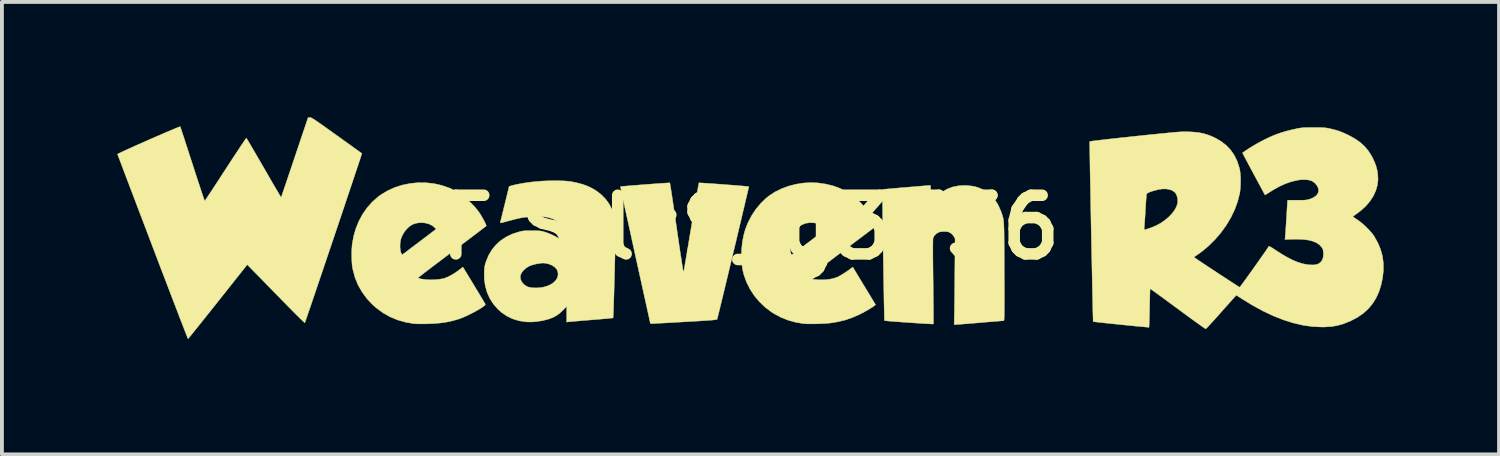
<source format=kicad_pcb>
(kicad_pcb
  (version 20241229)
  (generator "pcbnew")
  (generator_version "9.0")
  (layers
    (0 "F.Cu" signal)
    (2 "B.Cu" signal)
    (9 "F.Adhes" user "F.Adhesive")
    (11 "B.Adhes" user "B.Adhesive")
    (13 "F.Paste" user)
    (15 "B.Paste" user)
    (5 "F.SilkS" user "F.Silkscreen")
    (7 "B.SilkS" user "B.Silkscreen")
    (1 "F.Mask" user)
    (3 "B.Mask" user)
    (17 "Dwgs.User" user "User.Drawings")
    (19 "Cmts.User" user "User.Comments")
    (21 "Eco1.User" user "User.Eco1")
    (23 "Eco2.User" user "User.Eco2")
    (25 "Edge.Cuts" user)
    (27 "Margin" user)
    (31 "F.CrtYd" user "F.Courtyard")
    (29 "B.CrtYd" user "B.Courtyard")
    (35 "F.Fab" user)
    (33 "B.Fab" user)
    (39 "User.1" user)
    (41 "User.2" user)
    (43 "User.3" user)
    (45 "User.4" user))
  (footprint "F.SilkS_g3736"
    (layer "F.Cu")
    (at 16.454 2.86)
    (property "Reference" "F.SilkS_g3736" (at 0 0 0) (layer "F.SilkS") (effects (font (size 1.524 1.524) (thickness 0.3))))
    (attr through_hole)
    (fp_poly (pts (xy 1.743 -1.157) (xy 1.955 -1.127) (xy 2.15 -1.08) (xy 2.331 -1.014) (xy 2.5 -0.929) (xy 2.659 -0.822) (xy 2.812 -0.692) (xy 2.864 -0.642) (xy 2.994 -0.5) (xy 3.103 -0.354) (xy 3.197 -0.197) (xy 3.218 -0.156) (xy 3.276 -0.039) (xy 2.387 0.63) (xy 2.255 0.729) (xy 2.129 0.825) (xy 2.009 0.915) (xy 1.899 0.998) (xy 1.799 1.074) (xy 1.711 1.142) (xy 1.637 1.199) (xy 1.576 1.246) (xy 1.532 1.28) (xy 1.506 1.302) (xy 1.499 1.308) (xy 1.511 1.321) (xy 1.544 1.333) (xy 1.594 1.343) (xy 1.656 1.352) (xy 1.727 1.359) (xy 1.802 1.362) (xy 1.876 1.363) (xy 1.946 1.361) (xy 1.967 1.359) (xy 2.07 1.346) (xy 2.157 1.327) (xy 2.237 1.301) (xy 2.273 1.287) (xy 2.313 1.266) (xy 2.368 1.234) (xy 2.431 1.195) (xy 2.496 1.152) (xy 2.558 1.11) (xy 2.609 1.072) (xy 2.623 1.061) (xy 2.661 1.031) (xy 3.255 2.011) (xy 3.226 2.034) (xy 3.183 2.066) (xy 3.122 2.105) (xy 3.049 2.148) (xy 2.97 2.193) (xy 2.89 2.236) (xy 2.814 2.274) (xy 2.813 2.274) (xy 2.636 2.35) (xy 2.459 2.41) (xy 2.275 2.454) (xy 2.097 2.484) (xy 2.029 2.491) (xy 1.943 2.498) (xy 1.848 2.503) (xy 1.747 2.506) (xy 1.646 2.509) (xy 1.552 2.509) (xy 1.47 2.508) (xy 1.406 2.504) (xy 1.389 2.503) (xy 1.175 2.467) (xy 0.975 2.411) (xy 0.785 2.334) (xy 0.603 2.235) (xy 0.547 2.199) (xy 0.382 2.074) (xy 0.234 1.932) (xy 0.103 1.776) (xy -0.008 1.606) (xy -0.099 1.426) (xy -0.167 1.237) (xy -0.197 1.118) (xy -0.223 0.948) (xy -0.233 0.764) (xy -0.228 0.574) (xy -0.219 0.492) (xy 1.029 0.492) (xy 1.031 0.555) (xy 1.039 0.613) (xy 1.049 0.662) (xy 1.062 0.696) (xy 1.076 0.711) (xy 1.078 0.711) (xy 1.089 0.704) (xy 1.119 0.682) (xy 1.164 0.649) (xy 1.224 0.605) (xy 1.294 0.552) (xy 1.375 0.491) (xy 1.462 0.425) (xy 1.505 0.393) (xy 1.596 0.324) (xy 1.681 0.259) (xy 1.758 0.2) (xy 1.824 0.149) (xy 1.878 0.107) (xy 1.917 0.077) (xy 1.939 0.059) (xy 1.943 0.055) (xy 1.952 0.042) (xy 1.948 0.028) (xy 1.929 0.007) (xy 1.911 -0.009) (xy 1.85 -0.055) (xy 1.781 -0.087) (xy 1.698 -0.11) (xy 1.659 -0.117) (xy 1.542 -0.123) (xy 1.433 -0.106) (xy 1.333 -0.065) (xy 1.241 0.0004) (xy 1.199 0.042) (xy 1.127 0.132) (xy 1.076 0.225) (xy 1.044 0.327) (xy 1.03 0.443) (xy 1.029 0.492) (xy -0.219 0.492) (xy -0.208 0.384) (xy -0.173 0.201) (xy -0.133 0.056) (xy -0.061 -0.126) (xy 0.031 -0.303) (xy 0.141 -0.469) (xy 0.267 -0.621) (xy 0.405 -0.755) (xy 0.489 -0.823) (xy 0.64 -0.921) (xy 0.808 -1.004) (xy 0.989 -1.071) (xy 1.179 -1.121) (xy 1.373 -1.152) (xy 1.567 -1.164) (xy 1.743 -1.157)) (stroke (width 0.01) (type solid)) (fill yes) (layer "F.SilkS"))
    (fp_poly (pts (xy -1.286 -1.156) (xy -1.231 -1.152) (xy -1.159 -1.148) (xy -1.073 -1.142) (xy -0.977 -1.135) (xy -0.872 -1.128) (xy -0.763 -1.12) (xy -0.652 -1.111) (xy -0.542 -1.103) (xy -0.436 -1.095) (xy -0.336 -1.087) (xy -0.246 -1.079) (xy -0.169 -1.073) (xy -0.107 -1.067) (xy -0.064 -1.063) (xy -0.042 -1.06) (xy -0.04 -1.06) (xy -0.042 -1.047) (xy -0.05 -1.011) (xy -0.063 -0.955) (xy -0.081 -0.878) (xy -0.103 -0.784) (xy -0.129 -0.673) (xy -0.158 -0.549) (xy -0.191 -0.411) (xy -0.226 -0.262) (xy -0.263 -0.105) (xy -0.303 0.061) (xy -0.343 0.232) (xy -0.385 0.408) (xy -0.428 0.586) (xy -0.471 0.764) (xy -0.513 0.942) (xy -0.555 1.117) (xy -0.596 1.288) (xy -0.636 1.453) (xy -0.673 1.609) (xy -0.709 1.757) (xy -0.742 1.893) (xy -0.772 2.016) (xy -0.798 2.125) (xy -0.821 2.217) (xy -0.839 2.291) (xy -0.853 2.345) (xy -0.861 2.378) (xy -0.864 2.388) (xy -0.869 2.392) (xy -0.882 2.396) (xy -0.904 2.4) (xy -0.937 2.404) (xy -0.983 2.409) (xy -1.042 2.414) (xy -1.118 2.419) (xy -1.212 2.425) (xy -1.325 2.433) (xy -1.458 2.441) (xy -1.615 2.45) (xy -1.704 2.455) (xy -1.847 2.463) (xy -1.984 2.471) (xy -2.112 2.478) (xy -2.228 2.485) (xy -2.331 2.49) (xy -2.418 2.495) (xy -2.487 2.499) (xy -2.536 2.501) (xy -2.562 2.502) (xy -2.566 2.502) (xy -2.598 2.502) (xy -2.99 0.724) (xy -3.036 0.516) (xy -3.08 0.315) (xy -3.122 0.122) (xy -3.162 -0.062) (xy -3.2 -0.234) (xy -3.235 -0.394) (xy -3.267 -0.54) (xy -3.295 -0.671) (xy -3.32 -0.785) (xy -3.34 -0.881) (xy -3.357 -0.958) (xy -3.368 -1.014) (xy -3.375 -1.049) (xy -3.377 -1.059) (xy -3.363 -1.061) (xy -3.327 -1.065) (xy -3.271 -1.071) (xy -3.199 -1.077) (xy -3.113 -1.084) (xy -3.017 -1.092) (xy -2.913 -1.1) (xy -2.804 -1.109) (xy -2.693 -1.117) (xy -2.584 -1.125) (xy -2.478 -1.133) (xy -2.38 -1.14) (xy -2.291 -1.146) (xy -2.215 -1.151) (xy -2.155 -1.155) (xy -2.114 -1.157) (xy -2.094 -1.157) (xy -2.093 -1.157) (xy -2.09 -1.143) (xy -2.084 -1.107) (xy -2.074 -1.048) (xy -2.062 -0.97) (xy -2.047 -0.874) (xy -2.03 -0.761) (xy -2.011 -0.634) (xy -1.99 -0.493) (xy -1.968 -0.342) (xy -1.945 -0.182) (xy -1.92 -0.014) (xy -1.915 0.022) (xy -1.891 0.191) (xy -1.867 0.352) (xy -1.845 0.504) (xy -1.824 0.644) (xy -1.804 0.771) (xy -1.787 0.884) (xy -1.772 0.981) (xy -1.759 1.06) (xy -1.749 1.119) (xy -1.742 1.157) (xy -1.738 1.172) (xy -1.737 1.172) (xy -1.734 1.156) (xy -1.727 1.117) (xy -1.716 1.057) (xy -1.702 0.977) (xy -1.685 0.879) (xy -1.666 0.765) (xy -1.644 0.637) (xy -1.62 0.497) (xy -1.595 0.345) (xy -1.568 0.185) (xy -1.54 0.018) (xy -1.537 0) (xy -1.509 -0.168) (xy -1.482 -0.328) (xy -1.456 -0.479) (xy -1.432 -0.62) (xy -1.41 -0.748) (xy -1.39 -0.862) (xy -1.373 -0.96) (xy -1.359 -1.04) (xy -1.347 -1.101) (xy -1.34 -1.14) (xy -1.336 -1.157) (xy -1.336 -1.157) (xy -1.322 -1.157) (xy -1.286 -1.156)) (stroke (width 0.01) (type solid)) (fill yes) (layer "F.SilkS"))
    (fp_poly (pts (xy -8.427 -1.16) (xy -8.221 -1.137) (xy -8.019 -1.091) (xy -7.824 -1.023) (xy -7.761 -0.996) (xy -7.64 -0.931) (xy -7.514 -0.848) (xy -7.389 -0.75) (xy -7.27 -0.643) (xy -7.162 -0.531) (xy -7.071 -0.419) (xy -7.05 -0.389) (xy -7.018 -0.34) (xy -6.984 -0.284) (xy -6.95 -0.224) (xy -6.919 -0.167) (xy -6.893 -0.115) (xy -6.874 -0.073) (xy -6.865 -0.046) (xy -6.864 -0.038) (xy -6.875 -0.029) (xy -6.905 -0.006) (xy -6.952 0.03) (xy -7.015 0.078) (xy -7.092 0.137) (xy -7.183 0.205) (xy -7.284 0.282) (xy -7.396 0.367) (xy -7.517 0.457) (xy -7.644 0.553) (xy -7.753 0.636) (xy -7.885 0.735) (xy -8.011 0.83) (xy -8.13 0.92) (xy -8.24 1.003) (xy -8.339 1.079) (xy -8.426 1.145) (xy -8.501 1.202) (xy -8.56 1.249) (xy -8.603 1.282) (xy -8.629 1.303) (xy -8.636 1.31) (xy -8.624 1.321) (xy -8.59 1.332) (xy -8.538 1.343) (xy -8.472 1.352) (xy -8.402 1.359) (xy -8.296 1.363) (xy -8.186 1.359) (xy -8.08 1.349) (xy -7.986 1.331) (xy -7.948 1.321) (xy -7.869 1.29) (xy -7.78 1.245) (xy -7.685 1.188) (xy -7.592 1.124) (xy -7.568 1.105) (xy -7.472 1.031) (xy -7.184 1.504) (xy -7.124 1.604) (xy -7.067 1.698) (xy -7.016 1.783) (xy -6.971 1.857) (xy -6.935 1.918) (xy -6.908 1.963) (xy -6.893 1.991) (xy -6.889 1.998) (xy -6.895 2.016) (xy -6.922 2.042) (xy -6.965 2.074) (xy -7.023 2.112) (xy -7.093 2.153) (xy -7.17 2.197) (xy -7.253 2.24) (xy -7.337 2.281) (xy -7.421 2.32) (xy -7.501 2.353) (xy -7.574 2.38) (xy -7.592 2.386) (xy -7.739 2.428) (xy -7.889 2.461) (xy -8.046 2.484) (xy -8.216 2.499) (xy -8.405 2.507) (xy -8.414 2.508) (xy -8.497 2.509) (xy -8.578 2.509) (xy -8.651 2.508) (xy -8.71 2.505) (xy -8.744 2.503) (xy -8.964 2.465) (xy -9.172 2.406) (xy -9.368 2.324) (xy -9.551 2.22) (xy -9.723 2.094) (xy -9.825 2.003) (xy -9.971 1.847) (xy -10.095 1.678) (xy -10.197 1.498) (xy -10.275 1.308) (xy -10.33 1.106) (xy -10.344 1.037) (xy -10.353 0.964) (xy -10.359 0.873) (xy -10.362 0.771) (xy -10.363 0.666) (xy -10.36 0.565) (xy -10.355 0.505) (xy -9.106 0.505) (xy -9.1 0.581) (xy -9.087 0.642) (xy -9.08 0.659) (xy -9.064 0.691) (xy -9.052 0.705) (xy -9.039 0.703) (xy -9.03 0.697) (xy -9.015 0.686) (xy -8.981 0.661) (xy -8.932 0.624) (xy -8.87 0.577) (xy -8.797 0.521) (xy -8.714 0.459) (xy -8.625 0.392) (xy -8.586 0.362) (xy -8.167 0.044) (xy -8.208 0.003) (xy -8.277 -0.052) (xy -8.362 -0.091) (xy -8.458 -0.115) (xy -8.56 -0.123) (xy -8.661 -0.113) (xy -8.758 -0.085) (xy -8.783 -0.075) (xy -8.857 -0.029) (xy -8.928 0.037) (xy -8.992 0.116) (xy -9.044 0.204) (xy -9.081 0.294) (xy -9.093 0.341) (xy -9.104 0.423) (xy -9.106 0.505) (xy -10.355 0.505) (xy -10.353 0.474) (xy -10.35 0.444) (xy -10.313 0.232) (xy -10.254 0.029) (xy -10.175 -0.164) (xy -10.077 -0.345) (xy -9.961 -0.511) (xy -9.828 -0.661) (xy -9.679 -0.793) (xy -9.6 -0.851) (xy -9.426 -0.955) (xy -9.239 -1.039) (xy -9.044 -1.101) (xy -8.841 -1.142) (xy -8.635 -1.162) (xy -8.427 -1.16)) (stroke (width 0.01) (type solid)) (fill yes) (layer "F.SilkS"))
    (fp_poly (pts (xy 4.682 -1.08) (xy 4.684 -1.047) (xy 4.685 -0.996) (xy 4.686 -0.932) (xy 4.686 -0.864) (xy 4.687 -0.791) (xy 4.689 -0.727) (xy 4.691 -0.677) (xy 4.694 -0.645) (xy 4.697 -0.635) (xy 4.71 -0.644) (xy 4.733 -0.669) (xy 4.761 -0.703) (xy 4.761 -0.703) (xy 4.869 -0.824) (xy 4.989 -0.923) (xy 5.12 -0.998) (xy 5.263 -1.052) (xy 5.417 -1.082) (xy 5.582 -1.09) (xy 5.626 -1.088) (xy 5.749 -1.076) (xy 5.857 -1.055) (xy 5.958 -1.021) (xy 6.014 -0.996) (xy 6.145 -0.921) (xy 6.26 -0.827) (xy 6.359 -0.713) (xy 6.443 -0.579) (xy 6.511 -0.425) (xy 6.529 -0.376) (xy 6.539 -0.344) (xy 6.549 -0.315) (xy 6.557 -0.288) (xy 6.565 -0.261) (xy 6.571 -0.232) (xy 6.576 -0.2) (xy 6.581 -0.163) (xy 6.585 -0.12) (xy 6.588 -0.068) (xy 6.591 -0.006) (xy 6.593 0.067) (xy 6.595 0.153) (xy 6.596 0.254) (xy 6.597 0.371) (xy 6.598 0.506) (xy 6.599 0.661) (xy 6.599 0.838) (xy 6.6 1.037) (xy 6.6 1.146) (xy 6.601 1.361) (xy 6.602 1.551) (xy 6.602 1.719) (xy 6.602 1.865) (xy 6.602 1.99) (xy 6.601 2.097) (xy 6.601 2.187) (xy 6.6 2.259) (xy 6.599 2.317) (xy 6.597 2.361) (xy 6.595 2.393) (xy 6.593 2.413) (xy 6.591 2.424) (xy 6.589 2.426) (xy 6.573 2.427) (xy 6.535 2.43) (xy 6.476 2.434) (xy 6.4 2.441) (xy 6.308 2.448) (xy 6.204 2.457) (xy 6.09 2.466) (xy 5.969 2.477) (xy 5.847 2.487) (xy 5.731 2.496) (xy 5.625 2.505) (xy 5.532 2.512) (xy 5.453 2.519) (xy 5.391 2.523) (xy 5.35 2.526) (xy 5.331 2.527) (xy 5.297 2.527) (xy 5.302 2.226) (xy 5.304 2.158) (xy 5.305 2.068) (xy 5.306 1.959) (xy 5.308 1.834) (xy 5.309 1.698) (xy 5.311 1.553) (xy 5.312 1.402) (xy 5.313 1.249) (xy 5.315 1.11) (xy 5.321 0.296) (xy 5.292 0.24) (xy 5.252 0.185) (xy 5.202 0.146) (xy 5.167 0.127) (xy 5.136 0.115) (xy 5.099 0.11) (xy 5.049 0.108) (xy 5.037 0.108) (xy 4.97 0.11) (xy 4.921 0.119) (xy 4.885 0.132) (xy 4.823 0.173) (xy 4.776 0.224) (xy 4.75 0.277) (xy 4.748 0.297) (xy 4.746 0.338) (xy 4.745 0.401) (xy 4.744 0.486) (xy 4.744 0.593) (xy 4.744 0.723) (xy 4.745 0.877) (xy 4.747 1.054) (xy 4.749 1.256) (xy 4.751 1.414) (xy 4.753 1.578) (xy 4.754 1.735) (xy 4.756 1.883) (xy 4.757 2.019) (xy 4.758 2.143) (xy 4.759 2.252) (xy 4.759 2.344) (xy 4.759 2.418) (xy 4.759 2.472) (xy 4.758 2.504) (xy 4.757 2.512) (xy 4.743 2.512) (xy 4.707 2.511) (xy 4.652 2.508) (xy 4.58 2.504) (xy 4.494 2.499) (xy 4.398 2.493) (xy 4.294 2.486) (xy 4.186 2.479) (xy 4.076 2.471) (xy 3.967 2.464) (xy 3.862 2.456) (xy 3.764 2.449) (xy 3.677 2.442) (xy 3.602 2.436) (xy 3.544 2.43) (xy 3.504 2.426) (xy 3.486 2.423) (xy 3.486 2.423) (xy 3.485 2.41) (xy 3.483 2.373) (xy 3.482 2.314) (xy 3.48 2.236) (xy 3.478 2.139) (xy 3.476 2.026) (xy 3.473 1.898) (xy 3.471 1.757) (xy 3.468 1.605) (xy 3.465 1.444) (xy 3.462 1.276) (xy 3.46 1.102) (xy 3.457 0.924) (xy 3.454 0.744) (xy 3.451 0.564) (xy 3.449 0.385) (xy 3.446 0.21) (xy 3.443 0.04) (xy 3.441 -0.123) (xy 3.439 -0.278) (xy 3.437 -0.422) (xy 3.436 -0.554) (xy 3.434 -0.671) (xy 3.433 -0.773) (xy 3.433 -0.857) (xy 3.432 -0.921) (xy 3.432 -0.965) (xy 3.433 -0.985) (xy 3.433 -0.986) (xy 3.446 -0.988) (xy 3.481 -0.991) (xy 3.535 -0.996) (xy 3.606 -1.002) (xy 3.69 -1.01) (xy 3.785 -1.018) (xy 3.888 -1.027) (xy 3.995 -1.036) (xy 4.104 -1.045) (xy 4.211 -1.054) (xy 4.315 -1.063) (xy 4.411 -1.071) (xy 4.497 -1.078) (xy 4.57 -1.084) (xy 4.626 -1.089) (xy 4.664 -1.091) (xy 4.679 -1.092) (xy 4.682 -1.08)) (stroke (width 0.01) (type solid)) (fill yes) (layer "F.SilkS"))
    (fp_poly (pts (xy -4.921 -1.211) (xy -4.814 -1.206) (xy -4.723 -1.199) (xy -4.661 -1.19) (xy -4.509 -1.159) (xy -4.377 -1.124) (xy -4.26 -1.084) (xy -4.155 -1.037) (xy -4.055 -0.982) (xy -4.016 -0.958) (xy -3.879 -0.854) (xy -3.762 -0.735) (xy -3.667 -0.603) (xy -3.592 -0.457) (xy -3.54 -0.298) (xy -3.51 -0.128) (xy -3.507 -0.1) (xy -3.506 -0.073) (xy -3.506 -0.024) (xy -3.506 0.046) (xy -3.507 0.133) (xy -3.509 0.235) (xy -3.511 0.351) (xy -3.513 0.479) (xy -3.516 0.616) (xy -3.519 0.761) (xy -3.523 0.91) (xy -3.527 1.062) (xy -3.531 1.216) (xy -3.535 1.368) (xy -3.539 1.516) (xy -3.543 1.66) (xy -3.547 1.795) (xy -3.551 1.921) (xy -3.554 2.035) (xy -3.558 2.135) (xy -3.561 2.218) (xy -3.564 2.284) (xy -3.567 2.329) (xy -3.569 2.352) (xy -3.569 2.354) (xy -3.583 2.356) (xy -3.619 2.36) (xy -3.675 2.365) (xy -3.749 2.372) (xy -3.838 2.38) (xy -3.94 2.389) (xy -4.051 2.398) (xy -4.14 2.405) (xy -4.259 2.415) (xy -4.37 2.424) (xy -4.472 2.433) (xy -4.562 2.441) (xy -4.636 2.447) (xy -4.693 2.453) (xy -4.729 2.456) (xy -4.74 2.457) (xy -4.775 2.463) (xy -4.775 2.052) (xy -4.861 2.142) (xy -4.942 2.22) (xy -5.021 2.28) (xy -5.105 2.329) (xy -5.14 2.345) (xy -5.253 2.387) (xy -5.383 2.42) (xy -5.521 2.444) (xy -5.659 2.458) (xy -5.788 2.459) (xy -5.842 2.455) (xy -6.018 2.427) (xy -6.18 2.377) (xy -6.33 2.305) (xy -6.468 2.211) (xy -6.567 2.122) (xy -6.68 1.991) (xy -6.773 1.847) (xy -6.843 1.69) (xy -6.89 1.523) (xy -6.916 1.345) (xy -6.916 1.292) (xy -5.981 1.292) (xy -5.969 1.362) (xy -5.935 1.428) (xy -5.883 1.486) (xy -5.817 1.531) (xy -5.762 1.553) (xy -5.692 1.567) (xy -5.606 1.573) (xy -5.514 1.571) (xy -5.423 1.561) (xy -5.387 1.555) (xy -5.28 1.525) (xy -5.187 1.483) (xy -5.11 1.43) (xy -5.052 1.37) (xy -5.014 1.303) (xy -4.998 1.231) (xy -5.003 1.166) (xy -5.016 1.124) (xy -5.035 1.086) (xy -5.039 1.081) (xy -5.094 1.026) (xy -5.167 0.98) (xy -5.252 0.948) (xy -5.343 0.93) (xy -5.391 0.927) (xy -5.455 0.932) (xy -5.532 0.944) (xy -5.611 0.962) (xy -5.685 0.983) (xy -5.744 1.005) (xy -5.752 1.009) (xy -5.83 1.057) (xy -5.896 1.115) (xy -5.944 1.177) (xy -5.974 1.241) (xy -5.981 1.292) (xy -6.916 1.292) (xy -6.918 1.163) (xy -6.914 1.087) (xy -6.907 1.026) (xy -6.896 0.971) (xy -6.879 0.913) (xy -6.871 0.889) (xy -6.805 0.728) (xy -6.719 0.583) (xy -6.614 0.455) (xy -6.491 0.343) (xy -6.349 0.249) (xy -6.19 0.173) (xy -6.022 0.118) (xy -5.973 0.105) (xy -5.929 0.096) (xy -5.885 0.09) (xy -5.835 0.087) (xy -5.771 0.085) (xy -5.689 0.085) (xy -5.683 0.085) (xy -5.597 0.085) (xy -5.531 0.087) (xy -5.478 0.091) (xy -5.434 0.097) (xy -5.392 0.106) (xy -5.368 0.112) (xy -5.295 0.136) (xy -5.211 0.169) (xy -5.125 0.207) (xy -5.045 0.248) (xy -4.98 0.286) (xy -4.971 0.292) (xy -4.938 0.313) (xy -4.915 0.327) (xy -4.908 0.33) (xy -4.903 0.319) (xy -4.901 0.287) (xy -4.901 0.242) (xy -4.903 0.189) (xy -4.907 0.134) (xy -4.912 0.081) (xy -4.918 0.038) (xy -4.922 0.019) (xy -4.949 -0.059) (xy -4.989 -0.122) (xy -5.044 -0.172) (xy -5.116 -0.212) (xy -5.21 -0.245) (xy -5.251 -0.255) (xy -5.306 -0.267) (xy -5.359 -0.275) (xy -5.418 -0.279) (xy -5.49 -0.281) (xy -5.563 -0.282) (xy -5.677 -0.279) (xy -5.783 -0.272) (xy -5.886 -0.26) (xy -5.994 -0.24) (xy -6.113 -0.213) (xy -6.234 -0.182) (xy -6.323 -0.158) (xy -6.389 -0.14) (xy -6.438 -0.127) (xy -6.47 -0.12) (xy -6.49 -0.116) (xy -6.499 -0.117) (xy -6.502 -0.122) (xy -6.5 -0.129) (xy -6.498 -0.135) (xy -6.494 -0.152) (xy -6.484 -0.192) (xy -6.47 -0.25) (xy -6.452 -0.324) (xy -6.43 -0.411) (xy -6.407 -0.508) (xy -6.381 -0.612) (xy -6.381 -0.612) (xy -6.27 -1.066) (xy -6.205 -1.085) (xy -6.111 -1.109) (xy -5.995 -1.132) (xy -5.863 -1.155) (xy -5.72 -1.175) (xy -5.653 -1.183) (xy -5.543 -1.194) (xy -5.422 -1.203) (xy -5.295 -1.209) (xy -5.166 -1.212) (xy -5.039 -1.213) (xy -4.921 -1.211)) (stroke (width 0.01) (type solid)) (fill yes) (layer "F.SilkS"))
    (fp_poly (pts (xy -11.441 -2.855) (xy -11.428 -2.853) (xy -11.412 -2.847) (xy -11.391 -2.836) (xy -11.363 -2.82) (xy -11.327 -2.797) (xy -11.281 -2.766) (xy -11.224 -2.727) (xy -11.153 -2.677) (xy -11.068 -2.617) (xy -10.967 -2.545) (xy -10.847 -2.459) (xy -10.754 -2.393) (xy -10.64 -2.311) (xy -10.532 -2.234) (xy -10.432 -2.162) (xy -10.342 -2.097) (xy -10.263 -2.041) (xy -10.198 -1.994) (xy -10.147 -1.958) (xy -10.114 -1.933) (xy -10.098 -1.923) (xy -10.098 -1.922) (xy -10.101 -1.91) (xy -10.112 -1.875) (xy -10.13 -1.819) (xy -10.155 -1.743) (xy -10.186 -1.649) (xy -10.223 -1.539) (xy -10.265 -1.413) (xy -10.312 -1.273) (xy -10.363 -1.12) (xy -10.418 -0.957) (xy -10.476 -0.784) (xy -10.536 -0.603) (xy -10.599 -0.416) (xy -10.664 -0.223) (xy -10.73 -0.027) (xy -10.797 0.172) (xy -10.864 0.371) (xy -10.931 0.57) (xy -10.998 0.766) (xy -11.063 0.959) (xy -11.126 1.147) (xy -11.188 1.328) (xy -11.247 1.502) (xy -11.302 1.666) (xy -11.354 1.819) (xy -11.402 1.96) (xy -11.445 2.087) (xy -11.484 2.199) (xy -11.516 2.294) (xy -11.543 2.372) (xy -11.563 2.429) (xy -11.576 2.466) (xy -11.581 2.48) (xy -11.581 2.48) (xy -11.592 2.473) (xy -11.618 2.449) (xy -11.659 2.411) (xy -11.712 2.359) (xy -11.776 2.296) (xy -11.85 2.222) (xy -11.931 2.14) (xy -12.018 2.052) (xy -12.053 2.016) (xy -12.154 1.913) (xy -12.26 1.804) (xy -12.367 1.695) (xy -12.472 1.587) (xy -12.572 1.485) (xy -12.664 1.391) (xy -12.743 1.31) (xy -12.796 1.256) (xy -13.078 0.969) (xy -13.842 1.932) (xy -13.951 2.069) (xy -14.055 2.2) (xy -14.154 2.324) (xy -14.246 2.439) (xy -14.33 2.544) (xy -14.406 2.638) (xy -14.472 2.72) (xy -14.526 2.788) (xy -14.569 2.84) (xy -14.599 2.876) (xy -14.614 2.894) (xy -14.616 2.896) (xy -14.622 2.884) (xy -14.636 2.85) (xy -14.658 2.794) (xy -14.688 2.718) (xy -14.725 2.622) (xy -14.769 2.508) (xy -14.82 2.378) (xy -14.876 2.231) (xy -14.938 2.07) (xy -15.005 1.895) (xy -15.077 1.707) (xy -15.153 1.508) (xy -15.233 1.299) (xy -15.317 1.081) (xy -15.403 0.854) (xy -15.492 0.621) (xy -15.536 0.505) (xy -15.626 0.268) (xy -15.713 0.038) (xy -15.798 -0.185) (xy -15.88 -0.4) (xy -15.958 -0.605) (xy -16.031 -0.799) (xy -16.101 -0.981) (xy -16.165 -1.15) (xy -16.224 -1.305) (xy -16.277 -1.445) (xy -16.323 -1.568) (xy -16.363 -1.674) (xy -16.396 -1.761) (xy -16.422 -1.829) (xy -16.439 -1.875) (xy -16.448 -1.899) (xy -16.449 -1.903) (xy -16.438 -1.91) (xy -16.407 -1.927) (xy -16.356 -1.951) (xy -16.289 -1.983) (xy -16.208 -2.02) (xy -16.114 -2.062) (xy -16.011 -2.109) (xy -15.901 -2.158) (xy -15.785 -2.209) (xy -15.666 -2.262) (xy -15.547 -2.314) (xy -15.43 -2.365) (xy -15.316 -2.414) (xy -15.209 -2.461) (xy -15.11 -2.503) (xy -15.022 -2.54) (xy -14.947 -2.571) (xy -14.887 -2.595) (xy -14.845 -2.611) (xy -14.823 -2.618) (xy -14.82 -2.618) (xy -14.815 -2.605) (xy -14.803 -2.57) (xy -14.784 -2.514) (xy -14.76 -2.439) (xy -14.729 -2.348) (xy -14.695 -2.241) (xy -14.656 -2.121) (xy -14.613 -1.99) (xy -14.568 -1.85) (xy -14.52 -1.702) (xy -14.502 -1.648) (xy -14.454 -1.498) (xy -14.408 -1.355) (xy -14.364 -1.221) (xy -14.323 -1.098) (xy -14.287 -0.987) (xy -14.255 -0.891) (xy -14.228 -0.811) (xy -14.207 -0.75) (xy -14.193 -0.708) (xy -14.185 -0.688) (xy -14.184 -0.686) (xy -14.176 -0.696) (xy -14.155 -0.726) (xy -14.123 -0.775) (xy -14.08 -0.839) (xy -14.027 -0.918) (xy -13.966 -1.011) (xy -13.898 -1.115) (xy -13.823 -1.229) (xy -13.744 -1.351) (xy -13.66 -1.48) (xy -13.644 -1.504) (xy -13.56 -1.634) (xy -13.479 -1.758) (xy -13.403 -1.873) (xy -13.333 -1.979) (xy -13.271 -2.073) (xy -13.216 -2.155) (xy -13.171 -2.222) (xy -13.136 -2.273) (xy -13.113 -2.306) (xy -13.102 -2.319) (xy -13.101 -2.32) (xy -13.093 -2.308) (xy -13.073 -2.277) (xy -13.043 -2.227) (xy -13.003 -2.16) (xy -12.955 -2.078) (xy -12.9 -1.984) (xy -12.838 -1.877) (xy -12.77 -1.761) (xy -12.699 -1.638) (xy -12.645 -1.545) (xy -12.571 -1.417) (xy -12.501 -1.296) (xy -12.436 -1.183) (xy -12.376 -1.081) (xy -12.323 -0.99) (xy -12.278 -0.914) (xy -12.242 -0.852) (xy -12.216 -0.808) (xy -12.201 -0.783) (xy -12.197 -0.778) (xy -12.192 -0.791) (xy -12.18 -0.825) (xy -12.161 -0.881) (xy -12.136 -0.955) (xy -12.105 -1.046) (xy -12.069 -1.152) (xy -12.029 -1.272) (xy -11.984 -1.404) (xy -11.936 -1.546) (xy -11.885 -1.697) (xy -11.845 -1.817) (xy -11.497 -2.851) (xy -11.451 -2.855) (xy -11.441 -2.855)) (stroke (width 0.01) (type solid)) (fill yes) (layer "F.SilkS"))
    (fp_poly (pts (xy 14.736 -2.596) (xy 14.814 -2.595) (xy 14.876 -2.593) (xy 14.928 -2.589) (xy 14.974 -2.584) (xy 15.018 -2.576) (xy 15.062 -2.567) (xy 15.172 -2.541) (xy 15.27 -2.513) (xy 15.366 -2.478) (xy 15.467 -2.434) (xy 15.551 -2.395) (xy 15.711 -2.307) (xy 15.849 -2.211) (xy 15.967 -2.103) (xy 16.068 -1.983) (xy 16.153 -1.847) (xy 16.178 -1.799) (xy 16.229 -1.686) (xy 16.266 -1.584) (xy 16.292 -1.483) (xy 16.308 -1.389) (xy 16.315 -1.241) (xy 16.297 -1.095) (xy 16.256 -0.952) (xy 16.191 -0.812) (xy 16.104 -0.679) (xy 15.996 -0.552) (xy 15.866 -0.434) (xy 15.77 -0.362) (xy 15.725 -0.33) (xy 15.689 -0.303) (xy 15.666 -0.285) (xy 15.66 -0.279) (xy 15.67 -0.27) (xy 15.697 -0.251) (xy 15.737 -0.225) (xy 15.77 -0.203) (xy 15.84 -0.154) (xy 15.917 -0.091) (xy 15.995 -0.019) (xy 16.071 0.056) (xy 16.138 0.13) (xy 16.192 0.197) (xy 16.209 0.222) (xy 16.306 0.394) (xy 16.379 0.566) (xy 16.428 0.742) (xy 16.453 0.924) (xy 16.455 1.111) (xy 16.434 1.307) (xy 16.396 1.489) (xy 16.339 1.671) (xy 16.265 1.835) (xy 16.172 1.984) (xy 16.06 2.117) (xy 15.929 2.236) (xy 15.777 2.34) (xy 15.604 2.431) (xy 15.41 2.509) (xy 15.397 2.513) (xy 15.256 2.552) (xy 15.101 2.578) (xy 14.93 2.589) (xy 14.853 2.59) (xy 14.612 2.579) (xy 14.367 2.544) (xy 14.116 2.486) (xy 13.858 2.405) (xy 13.594 2.301) (xy 13.323 2.173) (xy 13.045 2.021) (xy 12.758 1.845) (xy 12.758 1.845) (xy 12.633 1.764) (xy 12.606 1.79) (xy 12.592 1.805) (xy 12.563 1.837) (xy 12.521 1.884) (xy 12.468 1.943) (xy 12.406 2.013) (xy 12.336 2.091) (xy 12.261 2.176) (xy 12.217 2.226) (xy 12.14 2.312) (xy 12.068 2.393) (xy 12.002 2.465) (xy 11.945 2.527) (xy 11.898 2.577) (xy 11.863 2.614) (xy 11.841 2.634) (xy 11.836 2.637) (xy 11.823 2.631) (xy 11.791 2.61) (xy 11.742 2.576) (xy 11.678 2.531) (xy 11.601 2.475) (xy 11.511 2.411) (xy 11.411 2.338) (xy 11.303 2.259) (xy 11.188 2.174) (xy 11.107 2.114) (xy 10.988 2.027) (xy 10.876 1.944) (xy 10.771 1.867) (xy 10.675 1.797) (xy 10.591 1.736) (xy 10.519 1.684) (xy 10.462 1.642) (xy 10.42 1.613) (xy 10.396 1.597) (xy 10.391 1.594) (xy 10.389 1.607) (xy 10.388 1.643) (xy 10.386 1.699) (xy 10.384 1.772) (xy 10.382 1.86) (xy 10.379 1.959) (xy 10.377 2.066) (xy 10.377 2.095) (xy 10.375 2.204) (xy 10.372 2.306) (xy 10.37 2.397) (xy 10.368 2.474) (xy 10.365 2.535) (xy 10.363 2.576) (xy 10.362 2.596) (xy 10.361 2.597) (xy 10.348 2.597) (xy 10.312 2.594) (xy 10.257 2.589) (xy 10.184 2.582) (xy 10.097 2.574) (xy 9.999 2.565) (xy 9.892 2.554) (xy 9.778 2.543) (xy 9.662 2.531) (xy 9.544 2.519) (xy 9.429 2.507) (xy 9.319 2.496) (xy 9.216 2.485) (xy 9.124 2.475) (xy 9.045 2.466) (xy 8.981 2.459) (xy 8.937 2.453) (xy 8.913 2.45) (xy 8.91 2.449) (xy 8.909 2.436) (xy 8.908 2.399) (xy 8.907 2.339) (xy 8.905 2.259) (xy 8.902 2.16) (xy 8.9 2.043) (xy 8.897 1.909) (xy 8.893 1.761) (xy 8.89 1.6) (xy 8.886 1.427) (xy 8.883 1.244) (xy 8.879 1.053) (xy 8.875 0.854) (xy 8.871 0.651) (xy 8.866 0.443) (xy 8.862 0.232) (xy 8.859 0.065) (xy 10.233 0.065) (xy 10.269 0.056) (xy 10.297 0.048) (xy 10.342 0.034) (xy 10.395 0.016) (xy 10.421 0.007) (xy 10.546 -0.045) (xy 10.664 -0.11) (xy 10.774 -0.185) (xy 10.873 -0.268) (xy 10.958 -0.357) (xy 11.027 -0.448) (xy 11.076 -0.539) (xy 11.104 -0.628) (xy 11.107 -0.65) (xy 11.108 -0.721) (xy 11.095 -0.793) (xy 11.072 -0.857) (xy 11.04 -0.905) (xy 10.981 -0.951) (xy 10.903 -0.982) (xy 10.813 -0.999) (xy 10.712 -0.999) (xy 10.617 -0.986) (xy 10.531 -0.965) (xy 10.453 -0.943) (xy 10.388 -0.921) (xy 10.338 -0.899) (xy 10.308 -0.88) (xy 10.3 -0.87) (xy 10.297 -0.852) (xy 10.293 -0.811) (xy 10.288 -0.751) (xy 10.283 -0.677) (xy 10.277 -0.591) (xy 10.271 -0.496) (xy 10.269 -0.47) (xy 10.264 -0.37) (xy 10.258 -0.275) (xy 10.252 -0.188) (xy 10.247 -0.114) (xy 10.243 -0.056) (xy 10.24 -0.019) (xy 10.24 -0.015) (xy 10.233 0.065) (xy 8.859 0.065) (xy 8.858 0.021) (xy 8.854 -0.189) (xy 8.85 -0.398) (xy 8.846 -0.603) (xy 8.843 -0.802) (xy 8.839 -0.995) (xy 8.836 -1.179) (xy 8.832 -1.354) (xy 8.829 -1.517) (xy 8.827 -1.668) (xy 8.825 -1.804) (xy 8.823 -1.924) (xy 8.821 -2.026) (xy 8.82 -2.11) (xy 8.819 -2.173) (xy 8.819 -2.214) (xy 8.819 -2.232) (xy 8.819 -2.232) (xy 8.833 -2.235) (xy 8.871 -2.241) (xy 8.93 -2.249) (xy 9.009 -2.258) (xy 9.105 -2.27) (xy 9.217 -2.283) (xy 9.343 -2.297) (xy 9.481 -2.312) (xy 9.629 -2.329) (xy 9.785 -2.345) (xy 9.947 -2.363) (xy 10.114 -2.38) (xy 10.283 -2.398) (xy 10.452 -2.415) (xy 10.503 -2.42) (xy 10.658 -2.436) (xy 10.791 -2.449) (xy 10.904 -2.46) (xy 10.999 -2.469) (xy 11.079 -2.476) (xy 11.146 -2.481) (xy 11.204 -2.484) (xy 11.254 -2.486) (xy 11.299 -2.487) (xy 11.342 -2.487) (xy 11.386 -2.485) (xy 11.398 -2.485) (xy 11.544 -2.476) (xy 11.672 -2.461) (xy 11.788 -2.437) (xy 11.899 -2.403) (xy 12.011 -2.358) (xy 12.084 -2.324) (xy 12.237 -2.235) (xy 12.371 -2.131) (xy 12.485 -2.01) (xy 12.58 -1.873) (xy 12.654 -1.721) (xy 12.708 -1.553) (xy 12.72 -1.505) (xy 12.732 -1.426) (xy 12.74 -1.329) (xy 12.743 -1.222) (xy 12.741 -1.113) (xy 12.735 -1.009) (xy 12.725 -0.917) (xy 12.72 -0.889) (xy 12.667 -0.677) (xy 12.591 -0.467) (xy 12.492 -0.26) (xy 12.373 -0.059) (xy 12.234 0.134) (xy 12.078 0.316) (xy 11.907 0.485) (xy 11.742 0.623) (xy 11.692 0.66) (xy 11.641 0.696) (xy 11.6 0.725) (xy 11.589 0.732) (xy 11.557 0.754) (xy 11.536 0.77) (xy 11.532 0.776) (xy 11.542 0.784) (xy 11.571 0.804) (xy 11.617 0.835) (xy 11.677 0.876) (xy 11.749 0.924) (xy 11.831 0.978) (xy 11.92 1.037) (xy 12.014 1.099) (xy 12.111 1.163) (xy 12.208 1.227) (xy 12.303 1.289) (xy 12.394 1.348) (xy 12.478 1.403) (xy 12.553 1.452) (xy 12.617 1.493) (xy 12.668 1.526) (xy 12.702 1.547) (xy 12.718 1.556) (xy 12.719 1.557) (xy 12.727 1.547) (xy 12.749 1.519) (xy 12.782 1.475) (xy 12.824 1.417) (xy 12.874 1.348) (xy 12.931 1.27) (xy 12.992 1.184) (xy 13.056 1.095) (xy 13.121 1.003) (xy 13.186 0.912) (xy 13.248 0.823) (xy 13.307 0.739) (xy 13.361 0.663) (xy 13.407 0.596) (xy 13.444 0.541) (xy 13.471 0.5) (xy 13.477 0.492) (xy 13.49 0.494) (xy 13.521 0.509) (xy 13.566 0.535) (xy 13.622 0.572) (xy 13.635 0.581) (xy 13.802 0.689) (xy 13.955 0.778) (xy 14.096 0.85) (xy 14.227 0.904) (xy 14.35 0.943) (xy 14.468 0.966) (xy 14.548 0.974) (xy 14.637 0.976) (xy 14.707 0.967) (xy 14.764 0.948) (xy 14.811 0.916) (xy 14.813 0.914) (xy 14.859 0.859) (xy 14.886 0.789) (xy 14.896 0.702) (xy 14.895 0.667) (xy 14.891 0.613) (xy 14.882 0.574) (xy 14.867 0.542) (xy 14.852 0.519) (xy 14.793 0.453) (xy 14.715 0.4) (xy 14.618 0.359) (xy 14.5 0.33) (xy 14.362 0.313) (xy 14.202 0.307) (xy 14.112 0.308) (xy 13.892 0.315) (xy 13.899 0.281) (xy 13.901 0.261) (xy 13.904 0.219) (xy 13.909 0.157) (xy 13.914 0.079) (xy 13.92 -0.012) (xy 13.927 -0.113) (xy 13.933 -0.222) (xy 13.934 -0.23) (xy 13.963 -0.707) (xy 14.204 -0.706) (xy 14.292 -0.706) (xy 14.358 -0.707) (xy 14.409 -0.709) (xy 14.449 -0.713) (xy 14.483 -0.719) (xy 14.516 -0.727) (xy 14.536 -0.733) (xy 14.628 -0.77) (xy 14.698 -0.816) (xy 14.744 -0.87) (xy 14.768 -0.932) (xy 14.77 -0.963) (xy 14.759 -1.025) (xy 14.727 -1.087) (xy 14.681 -1.144) (xy 14.623 -1.19) (xy 14.567 -1.218) (xy 14.495 -1.234) (xy 14.408 -1.241) (xy 14.313 -1.239) (xy 14.219 -1.226) (xy 14.218 -1.226) (xy 14.062 -1.189) (xy 13.907 -1.135) (xy 13.749 -1.063) (xy 13.585 -0.971) (xy 13.507 -0.922) (xy 13.457 -0.89) (xy 13.416 -0.865) (xy 13.388 -0.848) (xy 13.378 -0.842) (xy 13.378 -0.842) (xy 13.37 -0.854) (xy 13.353 -0.886) (xy 13.326 -0.935) (xy 13.292 -0.998) (xy 13.252 -1.073) (xy 13.207 -1.157) (xy 13.158 -1.247) (xy 13.107 -1.342) (xy 13.056 -1.437) (xy 13.005 -1.532) (xy 12.957 -1.622) (xy 12.912 -1.706) (xy 12.873 -1.781) (xy 12.839 -1.844) (xy 12.814 -1.893) (xy 12.798 -1.924) (xy 12.792 -1.936) (xy 12.792 -1.936) (xy 12.803 -1.944) (xy 12.829 -1.963) (xy 12.859 -1.984) (xy 12.943 -2.041) (xy 13.044 -2.104) (xy 13.153 -2.168) (xy 13.265 -2.23) (xy 13.372 -2.286) (xy 13.373 -2.286) (xy 13.512 -2.352) (xy 13.645 -2.408) (xy 13.778 -2.456) (xy 13.919 -2.499) (xy 14.075 -2.538) (xy 14.18 -2.561) (xy 14.235 -2.573) (xy 14.283 -2.581) (xy 14.329 -2.587) (xy 14.377 -2.592) (xy 14.432 -2.594) (xy 14.5 -2.596) (xy 14.586 -2.596) (xy 14.637 -2.596) (xy 14.736 -2.596)) (stroke (width 0.01) (type solid)) (fill yes) (layer "F.SilkS")))
  (gr_rect
    (start -3 -3)
    (end 35.914 8.761)
    (stroke (width 0.1) (type default))
    (fill no)
    (layer "Edge.Cuts")))
</source>
